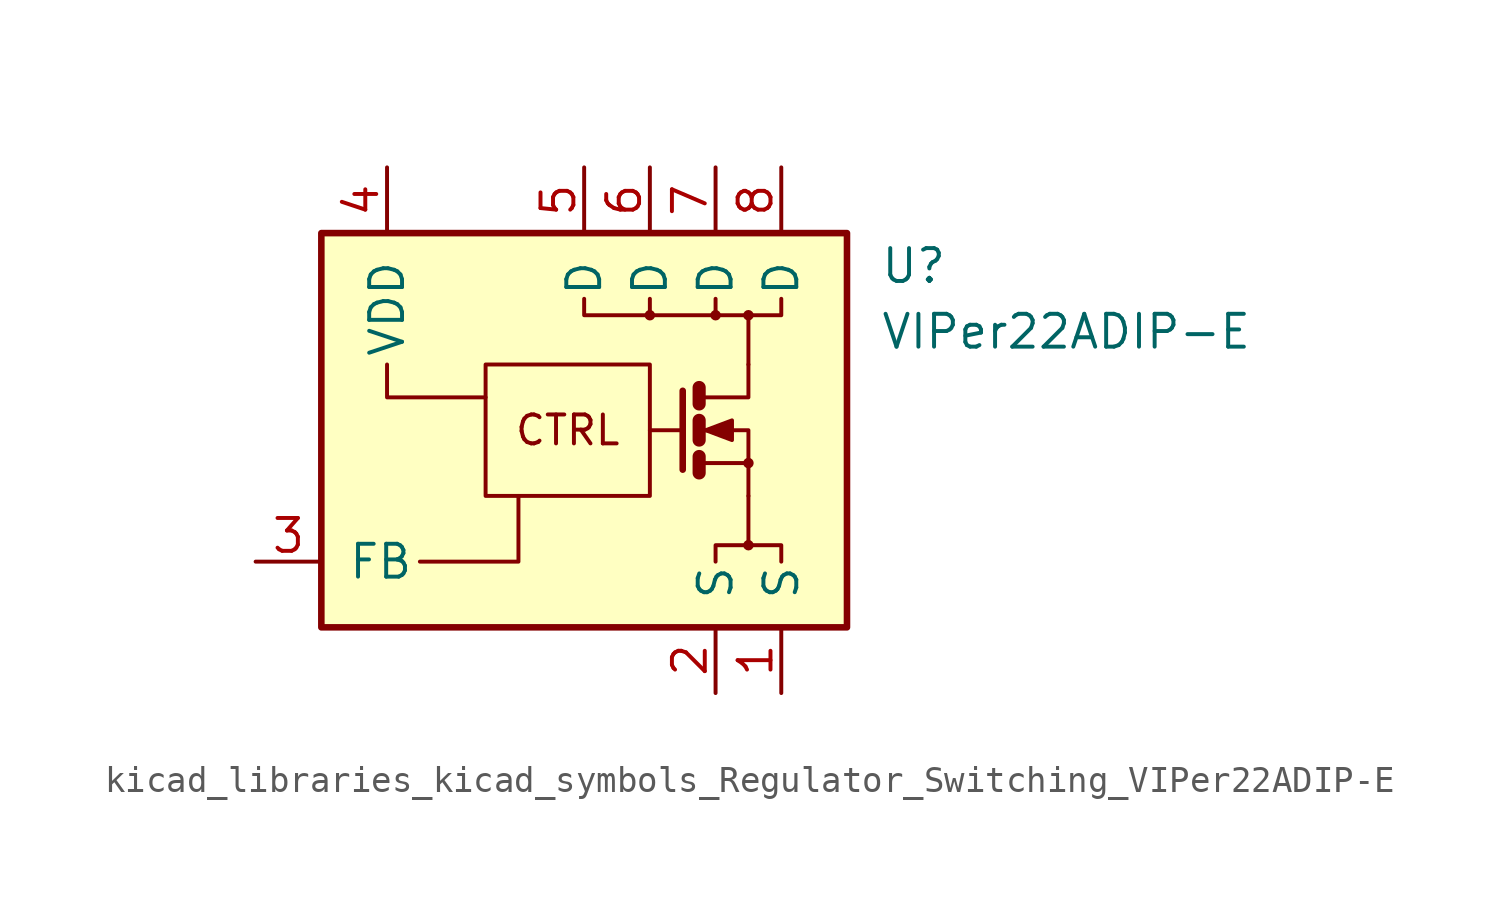
<source format=kicad_sym>
(kicad_symbol_lib
  (version 20220914)
  (generator kicad_symbol_editor)
  (symbol "kicad_libraries_kicad_symbols_Regulator_Switching_VIPer22ADIP-E"
    (pin_names
      (offset 1.016))
    (property "Reference" "U"
      (at 11.43 6.35 0)
      (effects (font (size 1.27 1.27)) (justify left)))
    (property "Value" "VIPer22ADIP-E"
      (at 11.43 3.81 0)
      (effects (font (size 1.27 1.27)) (justify left)))
    (symbol "kicad_libraries_kicad_symbols_Regulator_Switching_VIPer22ADIP-E_0_0"
      (rectangle (start -10.16 7.62) (end 10.16 -7.62) (stroke (width 0.254) (type default)) (fill (type background)))
      (polyline (pts (xy 2.54 5.08) (xy 2.54 4.445)) (stroke (width 0) (type default)) (fill (type none)))
      (polyline (pts (xy 5.08 5.08) (xy 5.08 4.445)) (stroke (width 0) (type default)) (fill (type none)))
      (polyline (pts (xy 6.35 -2.54) (xy 6.35 -4.445)) (stroke (width 0) (type default)) (fill (type none)))
      (polyline (pts (xy 6.35 2.54) (xy 6.35 4.445)) (stroke (width 0) (type default)) (fill (type none)))
      (polyline (pts (xy 0 5.08) (xy 0 4.445) (xy 7.62 4.445) (xy 7.62 5.08)) (stroke (width 0) (type default)) (fill (type none)))
      (polyline (pts (xy 5.08 -5.08) (xy 5.08 -4.445) (xy 7.62 -4.445) (xy 7.62 -5.08)) (stroke (width 0) (type default)) (fill (type none)))
      (circle (center 2.54 4.445) (radius 0.127) (stroke (width 0) (type default)) (fill (type none)))
      (circle (center 5.08 4.445) (radius 0.127) (stroke (width 0) (type default)) (fill (type none)))
      (circle (center 6.35 -4.445) (radius 0.127) (stroke (width 0) (type default)) (fill (type none)))
      (circle (center 6.35 -1.27) (radius 0.127) (stroke (width 0) (type default)) (fill (type none)))
      (circle (center 6.35 4.445) (radius 0.127) (stroke (width 0) (type default)) (fill (type none)))
      (text "CTRL" (at -0.635 0 0) (effects (font (size 1.118 1.118)))))
    (symbol "kicad_libraries_kicad_symbols_Regulator_Switching_VIPer22ADIP-E_0_1"
      (rectangle (start -3.81 2.54) (end 2.54 -2.54) (stroke (width 0) (type default)) (fill (type none)))
      (polyline (pts (xy 3.81 0) (xy 2.54 0)) (stroke (width 0) (type default)) (fill (type none)))
      (polyline (pts (xy 4.445 -1.016) (xy 4.445 -1.651)) (stroke (width 0.508) (type default)) (fill (type none)))
      (polyline (pts (xy 4.445 0.381) (xy 4.445 -0.381)) (stroke (width 0.508) (type default)) (fill (type none)))
      (polyline (pts (xy 4.445 1.651) (xy 4.445 1.016)) (stroke (width 0.508) (type default)) (fill (type none)))
      (polyline (pts (xy -7.62 2.54) (xy -7.62 1.27) (xy -3.81 1.27)) (stroke (width 0) (type default)) (fill (type none)))
      (polyline (pts (xy -6.35 -5.08) (xy -2.54 -5.08) (xy -2.54 -2.54)) (stroke (width 0) (type default)) (fill (type none)))
      (polyline (pts (xy 3.81 1.524) (xy 3.81 -1.524) (xy 3.81 -1.524)) (stroke (width 0.254) (type default)) (fill (type none)))
      (polyline (pts (xy 4.572 -1.27) (xy 6.35 -1.27) (xy 6.35 -2.54) (xy 6.35 -2.54)) (stroke (width 0) (type default)) (fill (type none)))
      (polyline (pts (xy 4.572 1.27) (xy 6.35 1.27) (xy 6.35 2.54) (xy 6.35 2.54)) (stroke (width 0) (type default)) (fill (type none)))
      (polyline (pts (xy 4.572 0) (xy 5.08 0) (xy 6.35 0) (xy 6.35 -1.27) (xy 6.35 -1.27)) (stroke (width 0) (type default)) (fill (type none)))
      (polyline (pts (xy 4.699 0) (xy 5.715 0.381) (xy 5.715 -0.381) (xy 4.699 0) (xy 4.826 0) (xy 4.826 0)) (stroke (width 0) (type default)) (fill (type outline))))
    (symbol "kicad_libraries_kicad_symbols_Regulator_Switching_VIPer22ADIP-E_1_1"
      (pin passive line (at 7.62 -10.16 90) (length 2.54) (name "S" (effects (font (size 1.27 1.27)))) (number "1" (effects (font (size 1.27 1.27)))))
      (pin passive line (at 5.08 -10.16 90) (length 2.54) (name "S" (effects (font (size 1.27 1.27)))) (number "2" (effects (font (size 1.27 1.27)))))
      (pin input line (at -12.7 -5.08 0) (length 2.54) (name "FB" (effects (font (size 1.27 1.27)))) (number "3" (effects (font (size 1.27 1.27)))))
      (pin power_in line (at -7.62 10.16 270) (length 2.54) (name "VDD" (effects (font (size 1.27 1.27)))) (number "4" (effects (font (size 1.27 1.27)))))
      (pin passive line (at 0 10.16 270) (length 2.54) (name "D" (effects (font (size 1.27 1.27)))) (number "5" (effects (font (size 1.27 1.27)))))
      (pin passive line (at 2.54 10.16 270) (length 2.54) (name "D" (effects (font (size 1.27 1.27)))) (number "6" (effects (font (size 1.27 1.27)))))
      (pin passive line (at 5.08 10.16 270) (length 2.54) (name "D" (effects (font (size 1.27 1.27)))) (number "7" (effects (font (size 1.27 1.27)))))
      (pin passive line (at 7.62 10.16 270) (length 2.54) (name "D" (effects (font (size 1.27 1.27)))) (number "8" (effects (font (size 1.27 1.27))))))))
</source>
